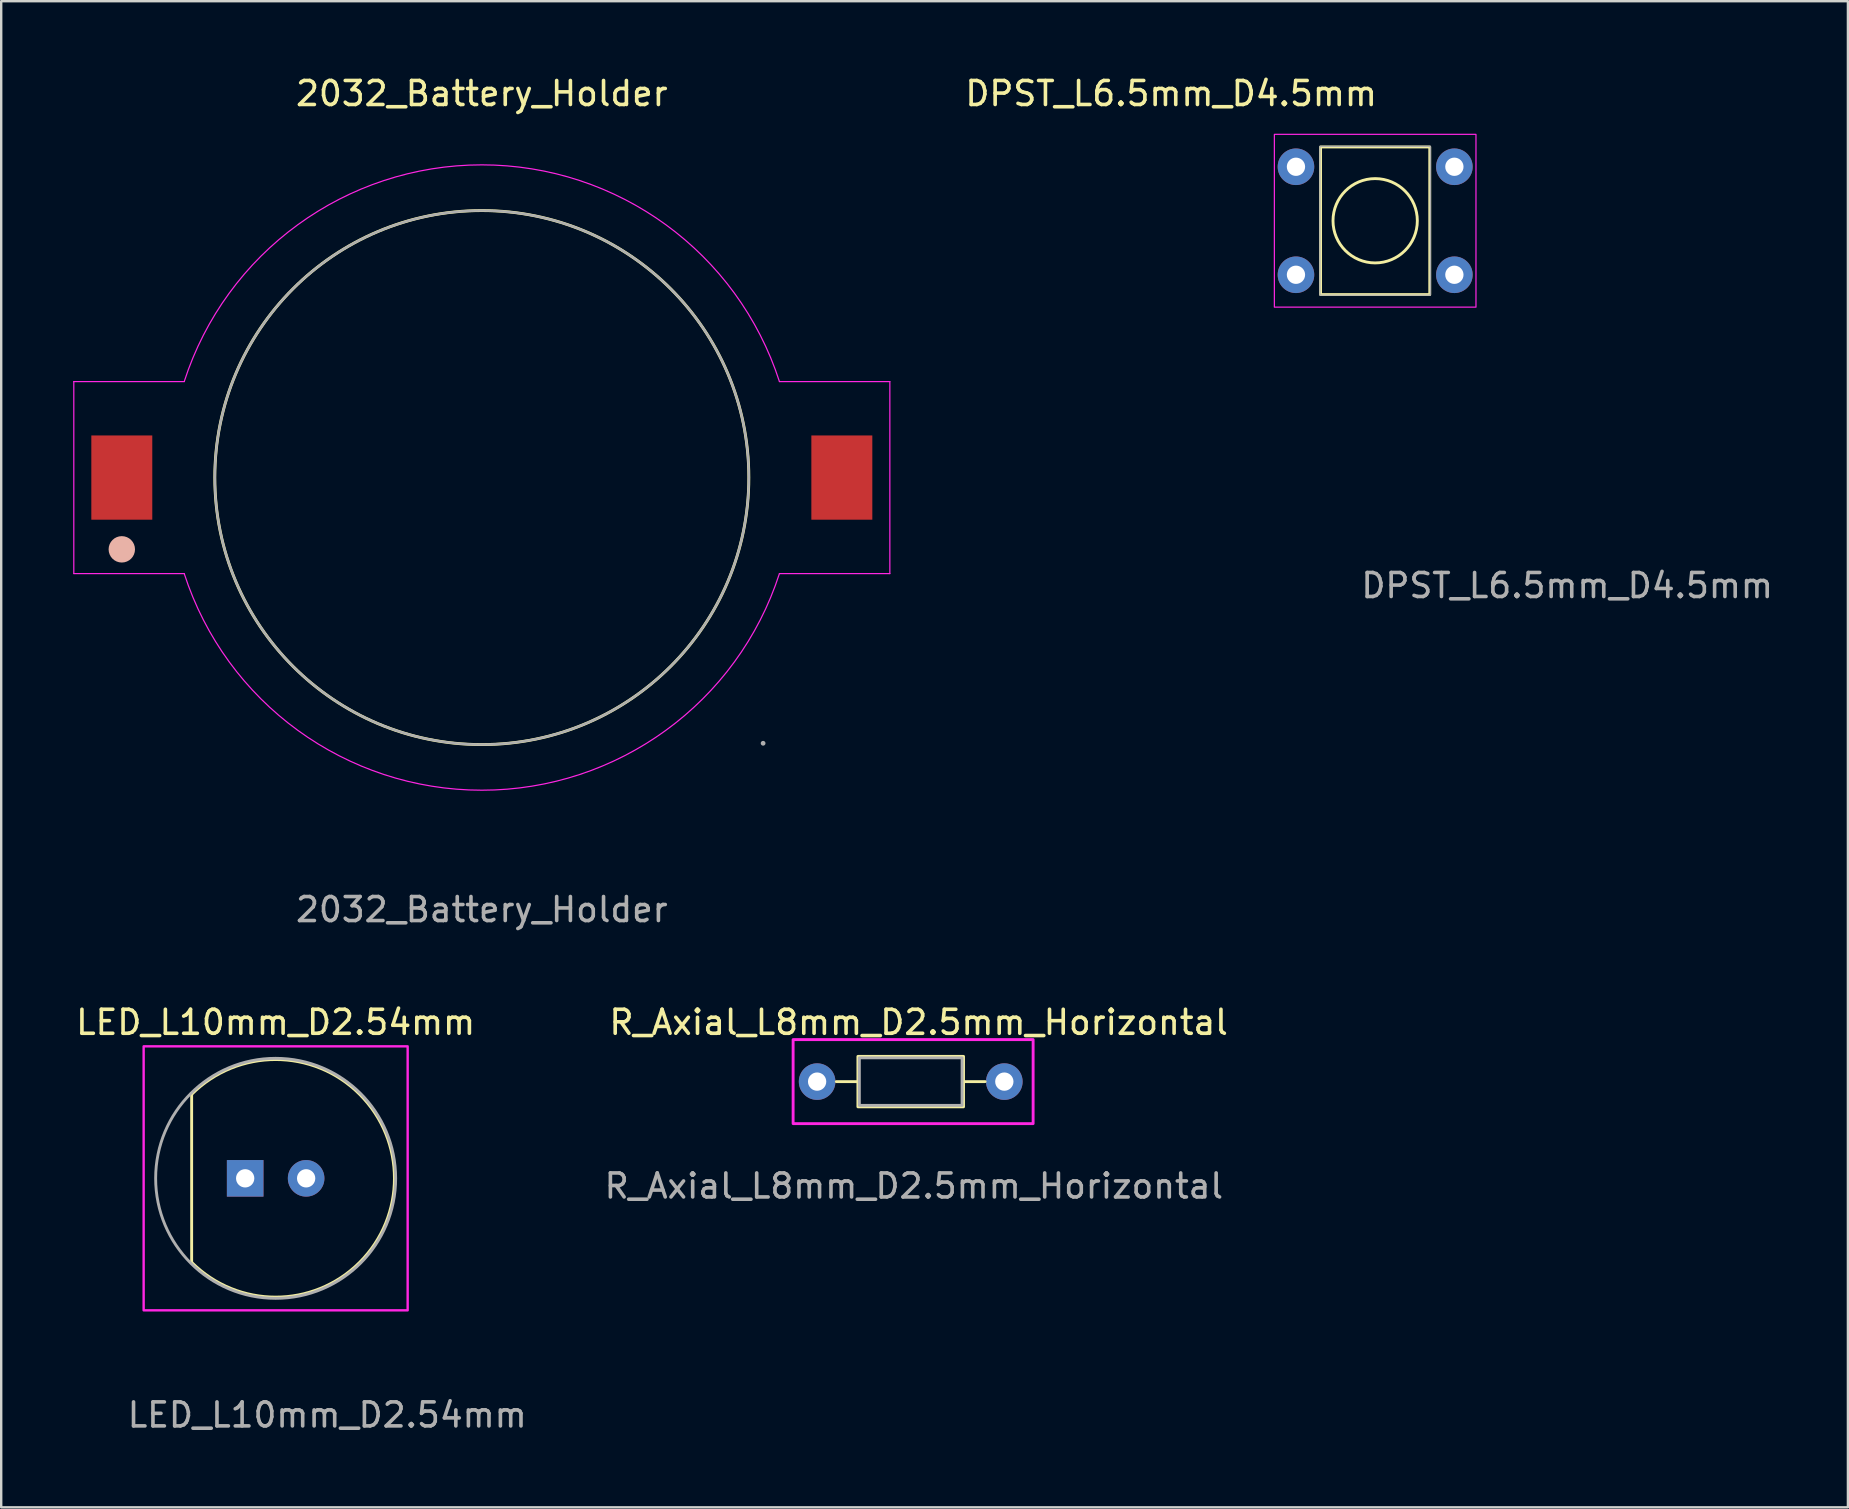
<source format=kicad_pcb>
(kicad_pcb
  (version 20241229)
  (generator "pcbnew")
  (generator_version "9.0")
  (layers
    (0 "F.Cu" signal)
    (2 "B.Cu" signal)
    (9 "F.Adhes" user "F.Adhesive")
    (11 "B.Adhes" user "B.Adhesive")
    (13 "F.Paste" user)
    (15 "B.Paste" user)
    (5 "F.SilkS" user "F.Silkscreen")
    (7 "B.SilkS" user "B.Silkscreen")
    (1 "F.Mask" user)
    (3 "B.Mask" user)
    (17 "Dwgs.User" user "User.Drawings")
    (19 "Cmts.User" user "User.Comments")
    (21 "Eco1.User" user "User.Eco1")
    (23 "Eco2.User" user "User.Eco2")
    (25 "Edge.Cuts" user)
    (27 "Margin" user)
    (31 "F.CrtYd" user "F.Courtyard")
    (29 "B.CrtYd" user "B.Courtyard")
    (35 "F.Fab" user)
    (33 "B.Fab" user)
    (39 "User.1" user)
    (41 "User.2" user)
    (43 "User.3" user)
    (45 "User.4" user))
  (footprint "R_Axial_L8mm_D2.5mm_Horizontal"
    (layer "F.Cu")
    (at 30.995 42.015)
    (property "Reference" "R_Axial_L8mm_D2.5mm_Horizontal" (at 4.23 -2.47 0) (unlocked yes) (layer "F.SilkS") (effects (font (size 1 1) (thickness 0.15))))
    (attr through_hole)
    (fp_line (start 1.7 0) (end 0.8 0) (stroke (width 0.12) (type solid)) (layer "F.SilkS"))
    (fp_line (start 6.1 0) (end 7 0) (stroke (width 0.12) (type solid)) (layer "F.SilkS"))
    (fp_rect (start 1.7 -1.05) (end 6.1 1.05) (stroke (width 0.12) (type solid)) (fill no) (layer "F.SilkS"))
    (fp_rect (start -1 -1.75) (end 9 1.75) (stroke (width 0.12) (type solid)) (fill no) (layer "F.CrtYd"))
    (fp_rect (start 1.76 -0.99) (end 6.04 0.99) (stroke (width 0.12) (type solid)) (fill no) (layer "F.Fab"))
    (fp_text user "${REFERENCE}" (at 4.03 4.35 0) (unlocked yes) (layer "F.Fab") (effects (font (size 1 1) (thickness 0.15))))
    (pad "1" thru_hole circle (at 0 0) (size 1.524 1.524) (drill 0.762) (layers "*.Cu" "*.Mask"))
    (pad "2" thru_hole circle (at 7.8 0) (size 1.524 1.524) (drill 0.762) (layers "*.Cu" "*.Mask")))
  (footprint "LED_L10mm_D2.54mm"
    (layer "F.Cu")
    (at 8.435 46.045)
    (property "Reference" "LED_L10mm_D2.54mm" (at 0 -6.5 0) (unlocked yes) (layer "F.SilkS") (effects (font (size 1 1) (thickness 0.15))))
    (attr through_hole)
    (fp_line (start -3.5 -3.5) (end -3.5 3.5) (stroke (width 0.12) (type solid)) (layer "F.SilkS"))
    (fp_arc (start -3.5 -3.5) (mid 4.949747 0) (end -3.5 3.5) (stroke (width 0.12) (type solid)) (layer "F.SilkS"))
    (fp_rect (start 5.5 5.5) (end -5.5 -5.5) (stroke (width 0.1) (type solid)) (fill no) (layer "F.CrtYd"))
    (fp_circle (center 0 0) (end 5 0) (stroke (width 0.12) (type solid)) (fill no) (layer "F.Fab"))
    (fp_text user "${REFERENCE}" (at 2.15 9.86 0) (unlocked yes) (layer "F.Fab") (effects (font (size 1 1) (thickness 0.15))))
    (pad "1" thru_hole rect (at -1.27 0) (size 1.524 1.524) (drill 0.762) (layers "*.Cu" "*.Mask"))
    (pad "2" thru_hole circle (at 1.27 0) (size 1.524 1.524) (drill 0.762) (layers "*.Cu" "*.Mask")))
  (footprint "DPST_L6.5mm_D4.5mm"
    (layer "F.Cu")
    (at 54.246 6.148)
    (property "Reference" "DPST_L6.5mm_D4.5mm" (at -8.5 -5.3 0) (unlocked yes) (layer "F.SilkS") (effects (font (size 1 1) (thickness 0.15))))
    (attr through_hole)
    (fp_rect (start -2.275 -3.075) (end 2.275 3.075) (stroke (width 0.12) (type solid)) (fill no) (layer "F.SilkS"))
    (fp_circle (center 0 0) (end 0.725 1.6) (stroke (width 0.12) (type solid)) (fill no) (layer "F.SilkS"))
    (fp_rect (start -4.2 -3.6) (end 4.2 3.6) (stroke (width 0.05) (type solid)) (fill no) (layer "F.CrtYd"))
    (fp_rect (start -2.3 -3.1) (end 2.3 3.1) (stroke (width 0.05) (type solid)) (fill no) (layer "F.Fab"))
    (fp_text user "${REFERENCE}" (at 8 15.2 0) (unlocked yes) (layer "F.Fab") (effects (font (size 1 1) (thickness 0.15))))
    (pad "1" thru_hole circle (at -3.3 -2.25) (size 1.524 1.524) (drill 0.762) (layers "*.Cu" "*.Mask"))
    (pad "2" thru_hole circle (at -3.3 2.25) (size 1.524 1.524) (drill 0.762) (layers "*.Cu" "*.Mask"))
    (pad "3" thru_hole circle (at 3.3 -2.25) (size 1.524 1.524) (drill 0.762) (layers "*.Cu" "*.Mask"))
    (pad "4" thru_hole circle (at 3.3 2.25) (size 1.524 1.524) (drill 0.762) (layers "*.Cu" "*.Mask")))
  (footprint "2032_Battery_Holder"
    (layer "F.Cu")
    (at 17.025 16.848)
    (property "Reference" "2032_Battery_Holder" (at 0 -16 0) (unlocked yes) (layer "F.SilkS") (effects (font (size 1 1) (thickness 0.15))))
    (attr through_hole)
    (fp_rect (start -4.125 -3.5) (end 4.125 3.5) (stroke (width 0.05) (type solid)) (fill no) (layer "F.Mask"))
    (fp_circle (center 0 0) (end 11.125 0) (stroke (width 0.12) (type solid)) (fill no) (layer "F.SilkS"))
    (fp_circle (center -15 2.99) (end -14.5 2.99) (stroke (width 0.1) (type solid)) (fill yes) (layer "B.SilkS"))
    (fp_line (start -17 -4) (end -17 4) (stroke (width 0.05) (type solid)) (layer "F.CrtYd"))
    (fp_line (start -17 4) (end -12.4 4) (stroke (width 0.05) (type solid)) (layer "F.CrtYd"))
    (fp_line (start -12.4 -4) (end -17 -4) (stroke (width 0.05) (type solid)) (layer "F.CrtYd"))
    (fp_line (start 12.4 -4) (end 17 -4) (stroke (width 0.05) (type solid)) (layer "F.CrtYd"))
    (fp_line (start 17 -4) (end 17 4) (stroke (width 0.05) (type solid)) (layer "F.CrtYd"))
    (fp_line (start 17 4) (end 12.4 4) (stroke (width 0.05) (type solid)) (layer "F.CrtYd"))
    (fp_arc (start -12.399999 -4) (mid 0 -13.029197) (end 12.399999 -4) (stroke (width 0.05) (type solid)) (layer "F.CrtYd"))
    (fp_arc (start 12.399999 4) (mid 0.000001 13.02567) (end -12.399999 4) (stroke (width 0.05) (type solid)) (layer "F.CrtYd"))
    (fp_circle (center 0 0) (end 11.124 0) (stroke (width 0.1) (type solid)) (fill no) (layer "F.Fab"))
    (fp_circle (center 11.72 11.07) (end 11.72 11.07) (stroke (width 0.1) (type solid)) (fill no) (layer "F.Fab"))
    (fp_text user "${REFERENCE}" (at 0 18 0) (unlocked yes) (layer "F.Fab") (effects (font (size 1 1) (thickness 0.15))))
    (pad "1" smd rect (at -15 0) (size 2.54 3.51) (layers "F.Cu" "F.Mask" "F.Paste"))
    (pad "2" smd rect (at 15 0) (size 2.54 3.51) (layers "F.Cu" "F.Mask" "F.Paste")))
  (gr_rect
    (start -3 -3)
    (end 73.943 59.753)
    (stroke (width 0.1) (type default))
    (fill no)
    (layer "Edge.Cuts")))
</source>
